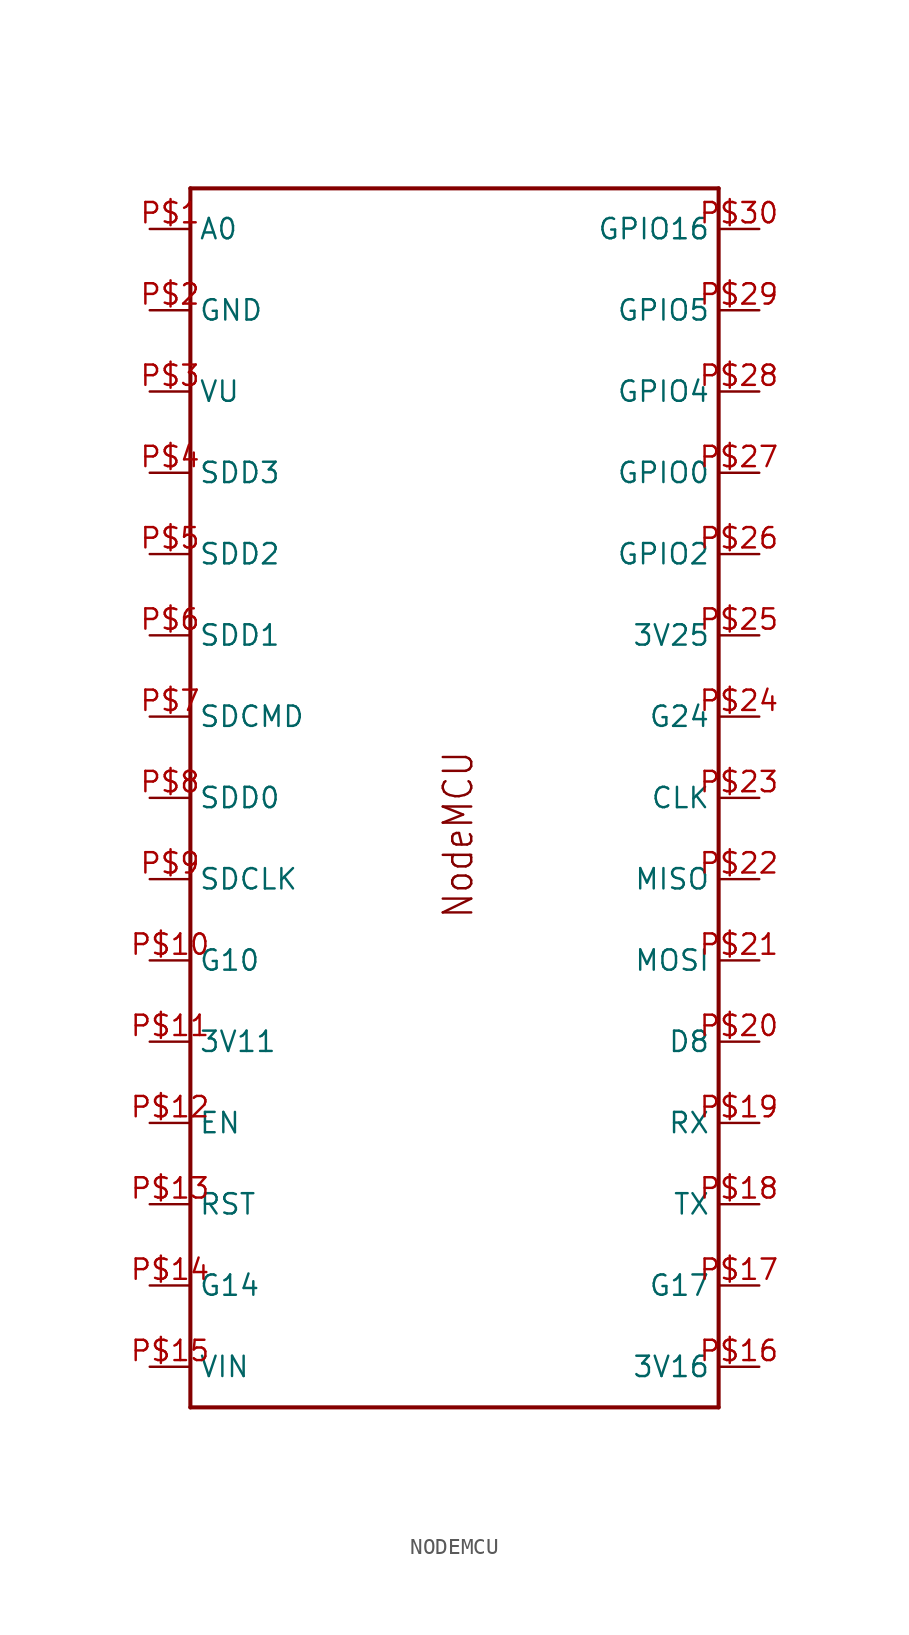
<source format=kicad_sym>
(kicad_symbol_lib
  (version 20220914)
  (generator kicad_symbol_editor)
  (symbol "NODEMCU"
    (property "Reference" ""
      (at 0 0 0)
      (effects (font (size 1.27 1.27)) hide))
    (property "ki_locked" ""
      (at 0 0 0)
      (effects (font (size 1.27 1.27))))
    (symbol "NODEMCU_1_0"
      (polyline (pts (xy -15.24 -38.1) (xy -15.24 38.1)) (stroke (width 0.254) (type solid)) (fill (type none)))
      (polyline (pts (xy -15.24 38.1) (xy 17.78 38.1)) (stroke (width 0.254) (type solid)) (fill (type none)))
      (polyline (pts (xy 17.78 -38.1) (xy -15.24 -38.1)) (stroke (width 0.254) (type solid)) (fill (type none)))
      (polyline (pts (xy 17.78 38.1) (xy 17.78 -38.1)) (stroke (width 0.254) (type solid)) (fill (type none)))
      (text "NodeMCU" (at 2.54 -7.62 900) (effects (font (size 1.778 1.511)) (justify left bottom)))
      (pin bidirectional line (at -17.78 35.56 0) (length 2.54) (name "A0" (effects (font (size 1.27 1.27)))) (number "P$1" (effects (font (size 1.27 1.27)))))
      (pin bidirectional line (at -17.78 -10.16 0) (length 2.54) (name "G10" (effects (font (size 1.27 1.27)))) (number "P$10" (effects (font (size 1.27 1.27)))))
      (pin bidirectional line (at -17.78 -15.24 0) (length 2.54) (name "3V11" (effects (font (size 1.27 1.27)))) (number "P$11" (effects (font (size 1.27 1.27)))))
      (pin bidirectional line (at -17.78 -20.32 0) (length 2.54) (name "EN" (effects (font (size 1.27 1.27)))) (number "P$12" (effects (font (size 1.27 1.27)))))
      (pin bidirectional line (at -17.78 -25.4 0) (length 2.54) (name "RST" (effects (font (size 1.27 1.27)))) (number "P$13" (effects (font (size 1.27 1.27)))))
      (pin bidirectional line (at -17.78 -30.48 0) (length 2.54) (name "G14" (effects (font (size 1.27 1.27)))) (number "P$14" (effects (font (size 1.27 1.27)))))
      (pin bidirectional line (at -17.78 -35.56 0) (length 2.54) (name "VIN" (effects (font (size 1.27 1.27)))) (number "P$15" (effects (font (size 1.27 1.27)))))
      (pin bidirectional line (at 20.32 -35.56 180) (length 2.54) (name "3V16" (effects (font (size 1.27 1.27)))) (number "P$16" (effects (font (size 1.27 1.27)))))
      (pin bidirectional line (at 20.32 -30.48 180) (length 2.54) (name "G17" (effects (font (size 1.27 1.27)))) (number "P$17" (effects (font (size 1.27 1.27)))))
      (pin bidirectional line (at 20.32 -25.4 180) (length 2.54) (name "TX" (effects (font (size 1.27 1.27)))) (number "P$18" (effects (font (size 1.27 1.27)))))
      (pin bidirectional line (at 20.32 -20.32 180) (length 2.54) (name "RX" (effects (font (size 1.27 1.27)))) (number "P$19" (effects (font (size 1.27 1.27)))))
      (pin bidirectional line (at -17.78 30.48 0) (length 2.54) (name "GND" (effects (font (size 1.27 1.27)))) (number "P$2" (effects (font (size 1.27 1.27)))))
      (pin bidirectional line (at 20.32 -15.24 180) (length 2.54) (name "D8" (effects (font (size 1.27 1.27)))) (number "P$20" (effects (font (size 1.27 1.27)))))
      (pin bidirectional line (at 20.32 -10.16 180) (length 2.54) (name "MOSI" (effects (font (size 1.27 1.27)))) (number "P$21" (effects (font (size 1.27 1.27)))))
      (pin bidirectional line (at 20.32 -5.08 180) (length 2.54) (name "MISO" (effects (font (size 1.27 1.27)))) (number "P$22" (effects (font (size 1.27 1.27)))))
      (pin bidirectional line (at 20.32 0 180) (length 2.54) (name "CLK" (effects (font (size 1.27 1.27)))) (number "P$23" (effects (font (size 1.27 1.27)))))
      (pin bidirectional line (at 20.32 5.08 180) (length 2.54) (name "G24" (effects (font (size 1.27 1.27)))) (number "P$24" (effects (font (size 1.27 1.27)))))
      (pin bidirectional line (at 20.32 10.16 180) (length 2.54) (name "3V25" (effects (font (size 1.27 1.27)))) (number "P$25" (effects (font (size 1.27 1.27)))))
      (pin bidirectional line (at 20.32 15.24 180) (length 2.54) (name "GPIO2" (effects (font (size 1.27 1.27)))) (number "P$26" (effects (font (size 1.27 1.27)))))
      (pin bidirectional line (at 20.32 20.32 180) (length 2.54) (name "GPIO0" (effects (font (size 1.27 1.27)))) (number "P$27" (effects (font (size 1.27 1.27)))))
      (pin bidirectional line (at 20.32 25.4 180) (length 2.54) (name "GPIO4" (effects (font (size 1.27 1.27)))) (number "P$28" (effects (font (size 1.27 1.27)))))
      (pin bidirectional line (at 20.32 30.48 180) (length 2.54) (name "GPIO5" (effects (font (size 1.27 1.27)))) (number "P$29" (effects (font (size 1.27 1.27)))))
      (pin bidirectional line (at -17.78 25.4 0) (length 2.54) (name "VU" (effects (font (size 1.27 1.27)))) (number "P$3" (effects (font (size 1.27 1.27)))))
      (pin bidirectional line (at 20.32 35.56 180) (length 2.54) (name "GPIO16" (effects (font (size 1.27 1.27)))) (number "P$30" (effects (font (size 1.27 1.27)))))
      (pin bidirectional line (at -17.78 20.32 0) (length 2.54) (name "SDD3" (effects (font (size 1.27 1.27)))) (number "P$4" (effects (font (size 1.27 1.27)))))
      (pin bidirectional line (at -17.78 15.24 0) (length 2.54) (name "SDD2" (effects (font (size 1.27 1.27)))) (number "P$5" (effects (font (size 1.27 1.27)))))
      (pin bidirectional line (at -17.78 10.16 0) (length 2.54) (name "SDD1" (effects (font (size 1.27 1.27)))) (number "P$6" (effects (font (size 1.27 1.27)))))
      (pin bidirectional line (at -17.78 5.08 0) (length 2.54) (name "SDCMD" (effects (font (size 1.27 1.27)))) (number "P$7" (effects (font (size 1.27 1.27)))))
      (pin bidirectional line (at -17.78 0 0) (length 2.54) (name "SDD0" (effects (font (size 1.27 1.27)))) (number "P$8" (effects (font (size 1.27 1.27)))))
      (pin bidirectional line (at -17.78 -5.08 0) (length 2.54) (name "SDCLK" (effects (font (size 1.27 1.27)))) (number "P$9" (effects (font (size 1.27 1.27))))))))
</source>
